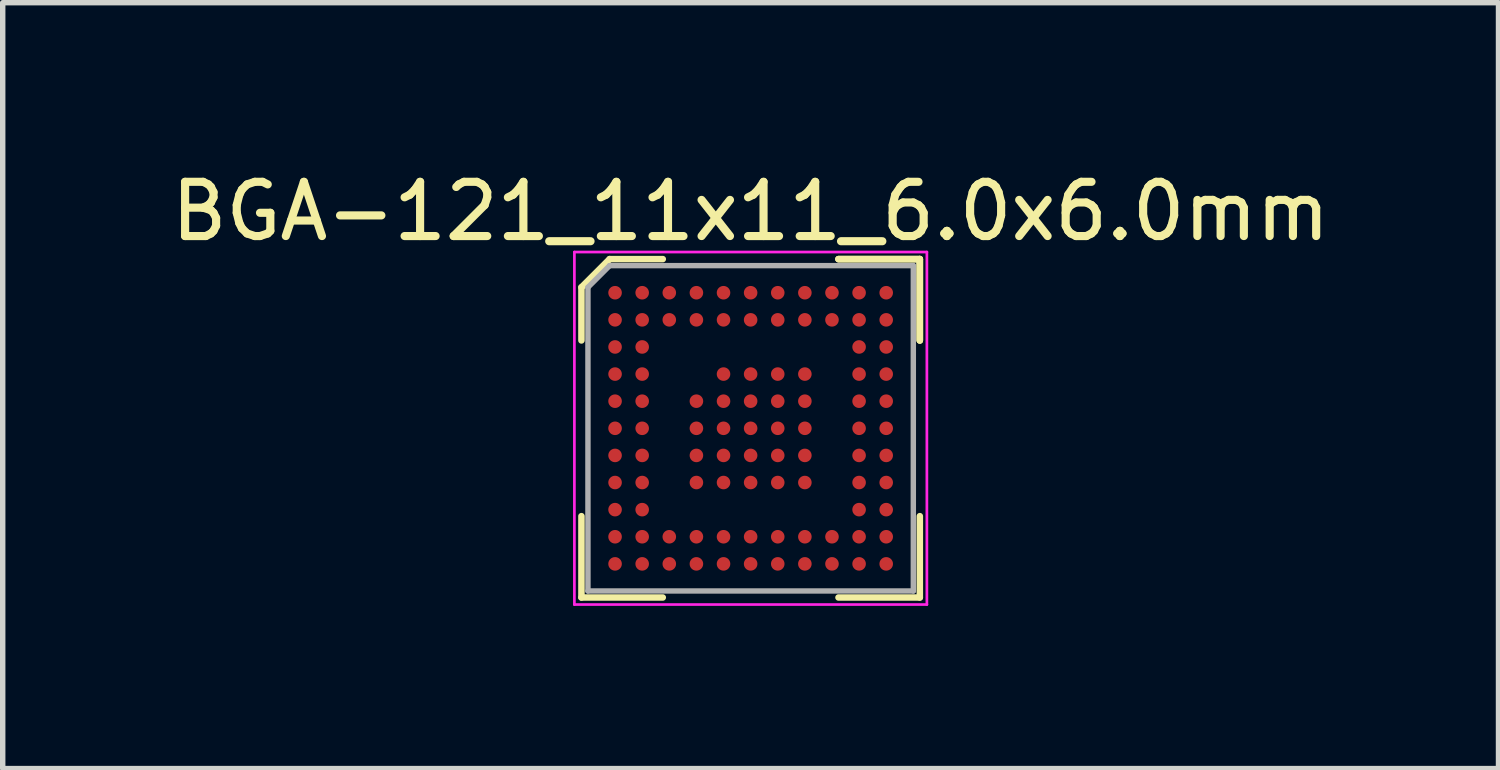
<source format=kicad_pcb>
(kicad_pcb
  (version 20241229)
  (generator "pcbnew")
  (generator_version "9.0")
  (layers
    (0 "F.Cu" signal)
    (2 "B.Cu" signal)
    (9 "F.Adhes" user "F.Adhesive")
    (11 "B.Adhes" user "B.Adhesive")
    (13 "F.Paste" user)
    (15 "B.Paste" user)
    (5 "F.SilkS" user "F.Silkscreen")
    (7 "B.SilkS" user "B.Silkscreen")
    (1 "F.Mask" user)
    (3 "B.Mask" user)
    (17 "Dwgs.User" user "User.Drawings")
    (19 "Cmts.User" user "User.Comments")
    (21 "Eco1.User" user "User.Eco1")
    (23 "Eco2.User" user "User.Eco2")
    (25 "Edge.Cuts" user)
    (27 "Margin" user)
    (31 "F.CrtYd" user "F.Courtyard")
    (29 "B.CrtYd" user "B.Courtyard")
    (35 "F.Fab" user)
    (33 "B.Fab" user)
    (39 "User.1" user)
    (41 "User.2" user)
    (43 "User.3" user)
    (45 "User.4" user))
  (footprint "BGA-121_11x11_6.0x6.0mm"
    (layer "F.Cu")
    (at 10.792 4.848)
    (property "Reference" "BGA-121_11x11_6.0x6.0mm" (at 0 -4 0) (layer "F.SilkS") (effects (font (size 1 1) (thickness 0.15))))
    (attr smd)
    (fp_line (start -3.12 -2.6) (end -3.12 -1.62) (stroke (width 0.12) (type solid)) (layer "F.SilkS"))
    (fp_line (start -3.12 3.12) (end -3.12 1.62) (stroke (width 0.12) (type solid)) (layer "F.SilkS"))
    (fp_line (start -2.6 -3.12) (end -3.12 -2.6) (stroke (width 0.12) (type solid)) (layer "F.SilkS"))
    (fp_line (start -1.62 -3.12) (end -2.6 -3.12) (stroke (width 0.12) (type solid)) (layer "F.SilkS"))
    (fp_line (start -1.62 3.12) (end -3.12 3.12) (stroke (width 0.12) (type solid)) (layer "F.SilkS"))
    (fp_line (start 1.62 -3.12) (end 3.12 -3.12) (stroke (width 0.12) (type solid)) (layer "F.SilkS"))
    (fp_line (start 1.62 -3.12) (end 3.12 -3.12) (stroke (width 0.12) (type solid)) (layer "F.SilkS"))
    (fp_line (start 1.62 -3.12) (end 3.12 -3.12) (stroke (width 0.12) (type solid)) (layer "F.SilkS"))
    (fp_line (start 1.62 3.12) (end 3.12 3.12) (stroke (width 0.12) (type solid)) (layer "F.SilkS"))
    (fp_line (start 3.12 -3.12) (end 3.12 -1.62) (stroke (width 0.12) (type solid)) (layer "F.SilkS"))
    (fp_line (start 3.12 -3.12) (end 3.12 -1.62) (stroke (width 0.12) (type solid)) (layer "F.SilkS"))
    (fp_line (start 3.12 -3.12) (end 3.12 -1.62) (stroke (width 0.12) (type solid)) (layer "F.SilkS"))
    (fp_line (start 3.12 3.12) (end 3.12 1.62) (stroke (width 0.12) (type solid)) (layer "F.SilkS"))
    (fp_line (start -3.25 -3.25) (end 3.25 -3.25) (stroke (width 0.05) (type solid)) (layer "F.CrtYd"))
    (fp_line (start -3.25 3.25) (end -3.25 -3.25) (stroke (width 0.05) (type solid)) (layer "F.CrtYd"))
    (fp_line (start 3.25 -3.25) (end 3.25 3.25) (stroke (width 0.05) (type solid)) (layer "F.CrtYd"))
    (fp_line (start 3.25 3.25) (end -3.25 3.25) (stroke (width 0.05) (type solid)) (layer "F.CrtYd"))
    (fp_line (start -3 -2.6) (end -3 3) (stroke (width 0.1) (type solid)) (layer "F.Fab"))
    (fp_line (start -3 3) (end 3 3) (stroke (width 0.1) (type solid)) (layer "F.Fab"))
    (fp_line (start -2.6 -3) (end -3 -2.6) (stroke (width 0.1) (type solid)) (layer "F.Fab"))
    (fp_line (start 3 -3) (end -2.6 -3) (stroke (width 0.1) (type solid)) (layer "F.Fab"))
    (fp_line (start 3 3) (end 3 -3) (stroke (width 0.1) (type solid)) (layer "F.Fab"))
    (pad "A1" smd circle (at -2.5 -2.5) (size 0.25 0.25) (layers "F.Cu" "F.Mask" "F.Paste"))
    (pad "A2" smd circle (at -2 -2.5) (size 0.25 0.25) (layers "F.Cu" "F.Mask" "F.Paste"))
    (pad "A3" smd circle (at -1.5 -2.5) (size 0.25 0.25) (layers "F.Cu" "F.Mask" "F.Paste"))
    (pad "A4" smd circle (at -1 -2.5) (size 0.25 0.25) (layers "F.Cu" "F.Mask" "F.Paste"))
    (pad "A5" smd circle (at -0.5 -2.5) (size 0.25 0.25) (layers "F.Cu" "F.Mask" "F.Paste"))
    (pad "A6" smd circle (at 0 -2.5) (size 0.25 0.25) (layers "F.Cu" "F.Mask" "F.Paste"))
    (pad "A7" smd circle (at 0.5 -2.5) (size 0.25 0.25) (layers "F.Cu" "F.Mask" "F.Paste"))
    (pad "A8" smd circle (at 1 -2.5) (size 0.25 0.25) (layers "F.Cu" "F.Mask" "F.Paste"))
    (pad "A9" smd circle (at 1.5 -2.5) (size 0.25 0.25) (layers "F.Cu" "F.Mask" "F.Paste"))
    (pad "A10" smd circle (at 2 -2.5) (size 0.25 0.25) (layers "F.Cu" "F.Mask" "F.Paste"))
    (pad "A11" smd circle (at 2.5 -2.5) (size 0.25 0.25) (layers "F.Cu" "F.Mask" "F.Paste"))
    (pad "B1" smd circle (at -2.5 -2) (size 0.25 0.25) (layers "F.Cu" "F.Mask" "F.Paste"))
    (pad "B2" smd circle (at -2 -2) (size 0.25 0.25) (layers "F.Cu" "F.Mask" "F.Paste"))
    (pad "B3" smd circle (at -1.5 -2) (size 0.25 0.25) (layers "F.Cu" "F.Mask" "F.Paste"))
    (pad "B4" smd circle (at -1 -2) (size 0.25 0.25) (layers "F.Cu" "F.Mask" "F.Paste"))
    (pad "B5" smd circle (at -0.5 -2) (size 0.25 0.25) (layers "F.Cu" "F.Mask" "F.Paste"))
    (pad "B6" smd circle (at 0 -2) (size 0.25 0.25) (layers "F.Cu" "F.Mask" "F.Paste"))
    (pad "B7" smd circle (at 0.5 -2) (size 0.25 0.25) (layers "F.Cu" "F.Mask" "F.Paste"))
    (pad "B8" smd circle (at 1 -2) (size 0.25 0.25) (layers "F.Cu" "F.Mask" "F.Paste"))
    (pad "B9" smd circle (at 1.5 -2) (size 0.25 0.25) (layers "F.Cu" "F.Mask" "F.Paste"))
    (pad "B10" smd circle (at 2 -2) (size 0.25 0.25) (layers "F.Cu" "F.Mask" "F.Paste"))
    (pad "B11" smd circle (at 2.5 -2) (size 0.25 0.25) (layers "F.Cu" "F.Mask" "F.Paste"))
    (pad "C1" smd circle (at -2.5 -1.5) (size 0.25 0.25) (layers "F.Cu" "F.Mask" "F.Paste"))
    (pad "C2" smd circle (at -2 -1.5) (size 0.25 0.25) (layers "F.Cu" "F.Mask" "F.Paste"))
    (pad "C10" smd circle (at 2 -1.5) (size 0.25 0.25) (layers "F.Cu" "F.Mask" "F.Paste"))
    (pad "C11" smd circle (at 2.5 -1.5) (size 0.25 0.25) (layers "F.Cu" "F.Mask" "F.Paste"))
    (pad "D1" smd circle (at -2.5 -1) (size 0.25 0.25) (layers "F.Cu" "F.Mask" "F.Paste"))
    (pad "D2" smd circle (at -2 -1) (size 0.25 0.25) (layers "F.Cu" "F.Mask" "F.Paste"))
    (pad "D5" smd circle (at -0.5 -1) (size 0.25 0.25) (layers "F.Cu" "F.Mask" "F.Paste"))
    (pad "D6" smd circle (at 0 -1) (size 0.25 0.25) (layers "F.Cu" "F.Mask" "F.Paste"))
    (pad "D7" smd circle (at 0.5 -1) (size 0.25 0.25) (layers "F.Cu" "F.Mask" "F.Paste"))
    (pad "D8" smd circle (at 1 -1) (size 0.25 0.25) (layers "F.Cu" "F.Mask" "F.Paste"))
    (pad "D10" smd circle (at 2 -1) (size 0.25 0.25) (layers "F.Cu" "F.Mask" "F.Paste"))
    (pad "D11" smd circle (at 2.5 -1) (size 0.25 0.25) (layers "F.Cu" "F.Mask" "F.Paste"))
    (pad "E1" smd circle (at -2.5 -0.5) (size 0.25 0.25) (layers "F.Cu" "F.Mask" "F.Paste"))
    (pad "E2" smd circle (at -2 -0.5) (size 0.25 0.25) (layers "F.Cu" "F.Mask" "F.Paste"))
    (pad "E4" smd circle (at -1 -0.5) (size 0.25 0.25) (layers "F.Cu" "F.Mask" "F.Paste"))
    (pad "E5" smd circle (at -0.5 -0.5) (size 0.25 0.25) (layers "F.Cu" "F.Mask" "F.Paste"))
    (pad "E6" smd circle (at 0 -0.5) (size 0.25 0.25) (layers "F.Cu" "F.Mask" "F.Paste"))
    (pad "E7" smd circle (at 0.5 -0.5) (size 0.25 0.25) (layers "F.Cu" "F.Mask" "F.Paste"))
    (pad "E8" smd circle (at 1 -0.5) (size 0.25 0.25) (layers "F.Cu" "F.Mask" "F.Paste"))
    (pad "E10" smd circle (at 2 -0.5) (size 0.25 0.25) (layers "F.Cu" "F.Mask" "F.Paste"))
    (pad "E11" smd circle (at 2.5 -0.5) (size 0.25 0.25) (layers "F.Cu" "F.Mask" "F.Paste"))
    (pad "F1" smd circle (at -2.5 0) (size 0.25 0.25) (layers "F.Cu" "F.Mask" "F.Paste"))
    (pad "F2" smd circle (at -2 0) (size 0.25 0.25) (layers "F.Cu" "F.Mask" "F.Paste"))
    (pad "F4" smd circle (at -1 0) (size 0.25 0.25) (layers "F.Cu" "F.Mask" "F.Paste"))
    (pad "F5" smd circle (at -0.5 0) (size 0.25 0.25) (layers "F.Cu" "F.Mask" "F.Paste"))
    (pad "F6" smd circle (at 0 0) (size 0.25 0.25) (layers "F.Cu" "F.Mask" "F.Paste"))
    (pad "F7" smd circle (at 0.5 0) (size 0.25 0.25) (layers "F.Cu" "F.Mask" "F.Paste"))
    (pad "F8" smd circle (at 1 0) (size 0.25 0.25) (layers "F.Cu" "F.Mask" "F.Paste"))
    (pad "F10" smd circle (at 2 0) (size 0.25 0.25) (layers "F.Cu" "F.Mask" "F.Paste"))
    (pad "F11" smd circle (at 2.5 0) (size 0.25 0.25) (layers "F.Cu" "F.Mask" "F.Paste"))
    (pad "G1" smd circle (at -2.5 0.5) (size 0.25 0.25) (layers "F.Cu" "F.Mask" "F.Paste"))
    (pad "G2" smd circle (at -2 0.5) (size 0.25 0.25) (layers "F.Cu" "F.Mask" "F.Paste"))
    (pad "G4" smd circle (at -1 0.5) (size 0.25 0.25) (layers "F.Cu" "F.Mask" "F.Paste"))
    (pad "G5" smd circle (at -0.5 0.5) (size 0.25 0.25) (layers "F.Cu" "F.Mask" "F.Paste"))
    (pad "G6" smd circle (at 0 0.5) (size 0.25 0.25) (layers "F.Cu" "F.Mask" "F.Paste"))
    (pad "G7" smd circle (at 0.5 0.5) (size 0.25 0.25) (layers "F.Cu" "F.Mask" "F.Paste"))
    (pad "G8" smd circle (at 1 0.5) (size 0.25 0.25) (layers "F.Cu" "F.Mask" "F.Paste"))
    (pad "G10" smd circle (at 2 0.5) (size 0.25 0.25) (layers "F.Cu" "F.Mask" "F.Paste"))
    (pad "G11" smd circle (at 2.5 0.5) (size 0.25 0.25) (layers "F.Cu" "F.Mask" "F.Paste"))
    (pad "H1" smd circle (at -2.5 1) (size 0.25 0.25) (layers "F.Cu" "F.Mask" "F.Paste"))
    (pad "H2" smd circle (at -2 1) (size 0.25 0.25) (layers "F.Cu" "F.Mask" "F.Paste"))
    (pad "H4" smd circle (at -1 1) (size 0.25 0.25) (layers "F.Cu" "F.Mask" "F.Paste"))
    (pad "H5" smd circle (at -0.5 1) (size 0.25 0.25) (layers "F.Cu" "F.Mask" "F.Paste"))
    (pad "H6" smd circle (at 0 1) (size 0.25 0.25) (layers "F.Cu" "F.Mask" "F.Paste"))
    (pad "H7" smd circle (at 0.5 1) (size 0.25 0.25) (layers "F.Cu" "F.Mask" "F.Paste"))
    (pad "H8" smd circle (at 1 1) (size 0.25 0.25) (layers "F.Cu" "F.Mask" "F.Paste"))
    (pad "H10" smd circle (at 2 1) (size 0.25 0.25) (layers "F.Cu" "F.Mask" "F.Paste"))
    (pad "H11" smd circle (at 2.5 1) (size 0.25 0.25) (layers "F.Cu" "F.Mask" "F.Paste"))
    (pad "J1" smd circle (at -2.5 1.5) (size 0.25 0.25) (layers "F.Cu" "F.Mask" "F.Paste"))
    (pad "J2" smd circle (at -2 1.5) (size 0.25 0.25) (layers "F.Cu" "F.Mask" "F.Paste"))
    (pad "J10" smd circle (at 2 1.5) (size 0.25 0.25) (layers "F.Cu" "F.Mask" "F.Paste"))
    (pad "J11" smd circle (at 2.5 1.5) (size 0.25 0.25) (layers "F.Cu" "F.Mask" "F.Paste"))
    (pad "K1" smd circle (at -2.5 2) (size 0.25 0.25) (layers "F.Cu" "F.Mask" "F.Paste"))
    (pad "K2" smd circle (at -2 2) (size 0.25 0.25) (layers "F.Cu" "F.Mask" "F.Paste"))
    (pad "K3" smd circle (at -1.5 2) (size 0.25 0.25) (layers "F.Cu" "F.Mask" "F.Paste"))
    (pad "K4" smd circle (at -1 2) (size 0.25 0.25) (layers "F.Cu" "F.Mask" "F.Paste"))
    (pad "K5" smd circle (at -0.5 2) (size 0.25 0.25) (layers "F.Cu" "F.Mask" "F.Paste"))
    (pad "K6" smd circle (at 0 2) (size 0.25 0.25) (layers "F.Cu" "F.Mask" "F.Paste"))
    (pad "K7" smd circle (at 0.5 2) (size 0.25 0.25) (layers "F.Cu" "F.Mask" "F.Paste"))
    (pad "K8" smd circle (at 1 2) (size 0.25 0.25) (layers "F.Cu" "F.Mask" "F.Paste"))
    (pad "K9" smd circle (at 1.5 2) (size 0.25 0.25) (layers "F.Cu" "F.Mask" "F.Paste"))
    (pad "K10" smd circle (at 2 2) (size 0.25 0.25) (layers "F.Cu" "F.Mask" "F.Paste"))
    (pad "K11" smd circle (at 2.5 2) (size 0.25 0.25) (layers "F.Cu" "F.Mask" "F.Paste"))
    (pad "L1" smd circle (at -2.5 2.5) (size 0.25 0.25) (layers "F.Cu" "F.Mask" "F.Paste"))
    (pad "L2" smd circle (at -2 2.5) (size 0.25 0.25) (layers "F.Cu" "F.Mask" "F.Paste"))
    (pad "L3" smd circle (at -1.5 2.5) (size 0.25 0.25) (layers "F.Cu" "F.Mask" "F.Paste"))
    (pad "L4" smd circle (at -1 2.5) (size 0.25 0.25) (layers "F.Cu" "F.Mask" "F.Paste"))
    (pad "L5" smd circle (at -0.5 2.5) (size 0.25 0.25) (layers "F.Cu" "F.Mask" "F.Paste"))
    (pad "L6" smd circle (at 0 2.5) (size 0.25 0.25) (layers "F.Cu" "F.Mask" "F.Paste"))
    (pad "L7" smd circle (at 0.5 2.5) (size 0.25 0.25) (layers "F.Cu" "F.Mask" "F.Paste"))
    (pad "L8" smd circle (at 1 2.5) (size 0.25 0.25) (layers "F.Cu" "F.Mask" "F.Paste"))
    (pad "L9" smd circle (at 1.5 2.5) (size 0.25 0.25) (layers "F.Cu" "F.Mask" "F.Paste"))
    (pad "L10" smd circle (at 2 2.5) (size 0.25 0.25) (layers "F.Cu" "F.Mask" "F.Paste"))
    (pad "L11" smd circle (at 2.5 2.5) (size 0.25 0.25) (layers "F.Cu" "F.Mask" "F.Paste")))
  (gr_rect
    (start -3 -3)
    (end 24.583 11.123)
    (stroke (width 0.1) (type default))
    (fill no)
    (layer "Edge.Cuts")))
</source>
